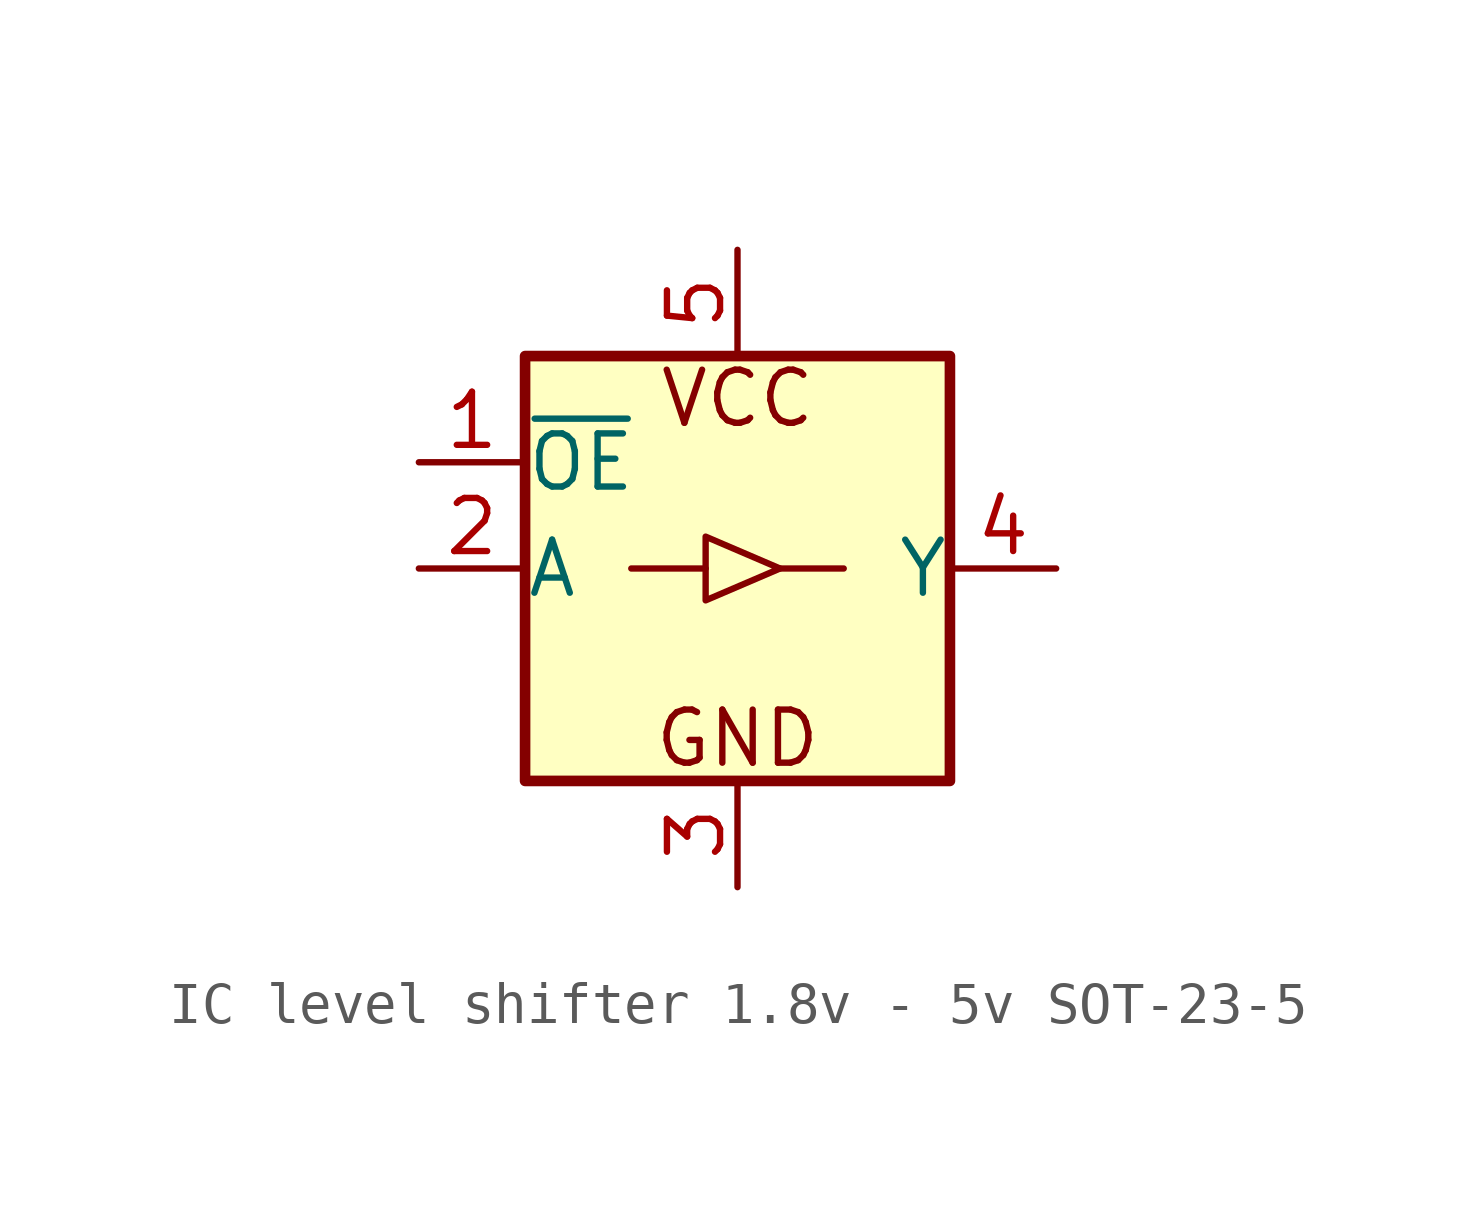
<source format=kicad_sym>
(kicad_symbol_lib
  (version 20241209)
  (generator "kicad_symbol_editor")
  (generator_version "9.0")
  (symbol "IC level shifter 1.8v - 5v SOT-23-5"
    (pin_names
      (offset 0.002))
    (property "Reference" "U"
      (at 8.89 19.05 0)
      (effects (font (size 1.27 1.27)) (justify left) (hide yes)))
    (symbol "IC level shifter 1.8v - 5v SOT-23-5_0_1"
      (rectangle (start -5.08 5.08) (end 5.08 -5.08) (stroke (width 0.254) (type default)) (fill (type background)))
      (polyline (pts (xy -0.762 0) (xy -2.54 0)) (stroke (width 0) (type default)) (fill (type none)))
      (polyline (pts (xy 1.016 0) (xy 2.54 0)) (stroke (width 0) (type default)) (fill (type none))))
    (symbol "IC level shifter 1.8v - 5v SOT-23-5_1_1"
      (polyline (pts (xy -0.762 -0.762) (xy -0.762 0.762) (xy 1.016 0) (xy -0.762 -0.762)) (stroke (width 0) (type default)) (fill (type none)))
      (text "VCC" (at 0 4.064 0) (effects (font (size 1.27 1.27))))
      (text "GND" (at 0 -4.064 0) (effects (font (size 1.27 1.27))))
      (pin input line (at -7.62 2.54 0) (length 2.54) (name "~{OE}" (effects (font (size 1.27 1.27)))) (number "1" (effects (font (size 1.27 1.27)))))
      (pin input line (at -7.62 0 0) (length 2.54) (name "A" (effects (font (size 1.27 1.27)))) (number "2" (effects (font (size 1.27 1.27)))))
      (pin power_in line (at 0 7.62 270) (length 2.54) (name "" (effects (font (size 1.27 1.27)))) (number "5" (effects (font (size 1.27 1.27)))))
      (pin power_in line (at 0 -7.62 90) (length 2.54) (name "" (effects (font (size 1.27 1.27)))) (number "3" (effects (font (size 1.27 1.27)))))
      (pin output line (at 7.62 0 180) (length 2.54) (name "Y" (effects (font (size 1.27 1.27)))) (number "4" (effects (font (size 1.27 1.27))))))))
</source>
